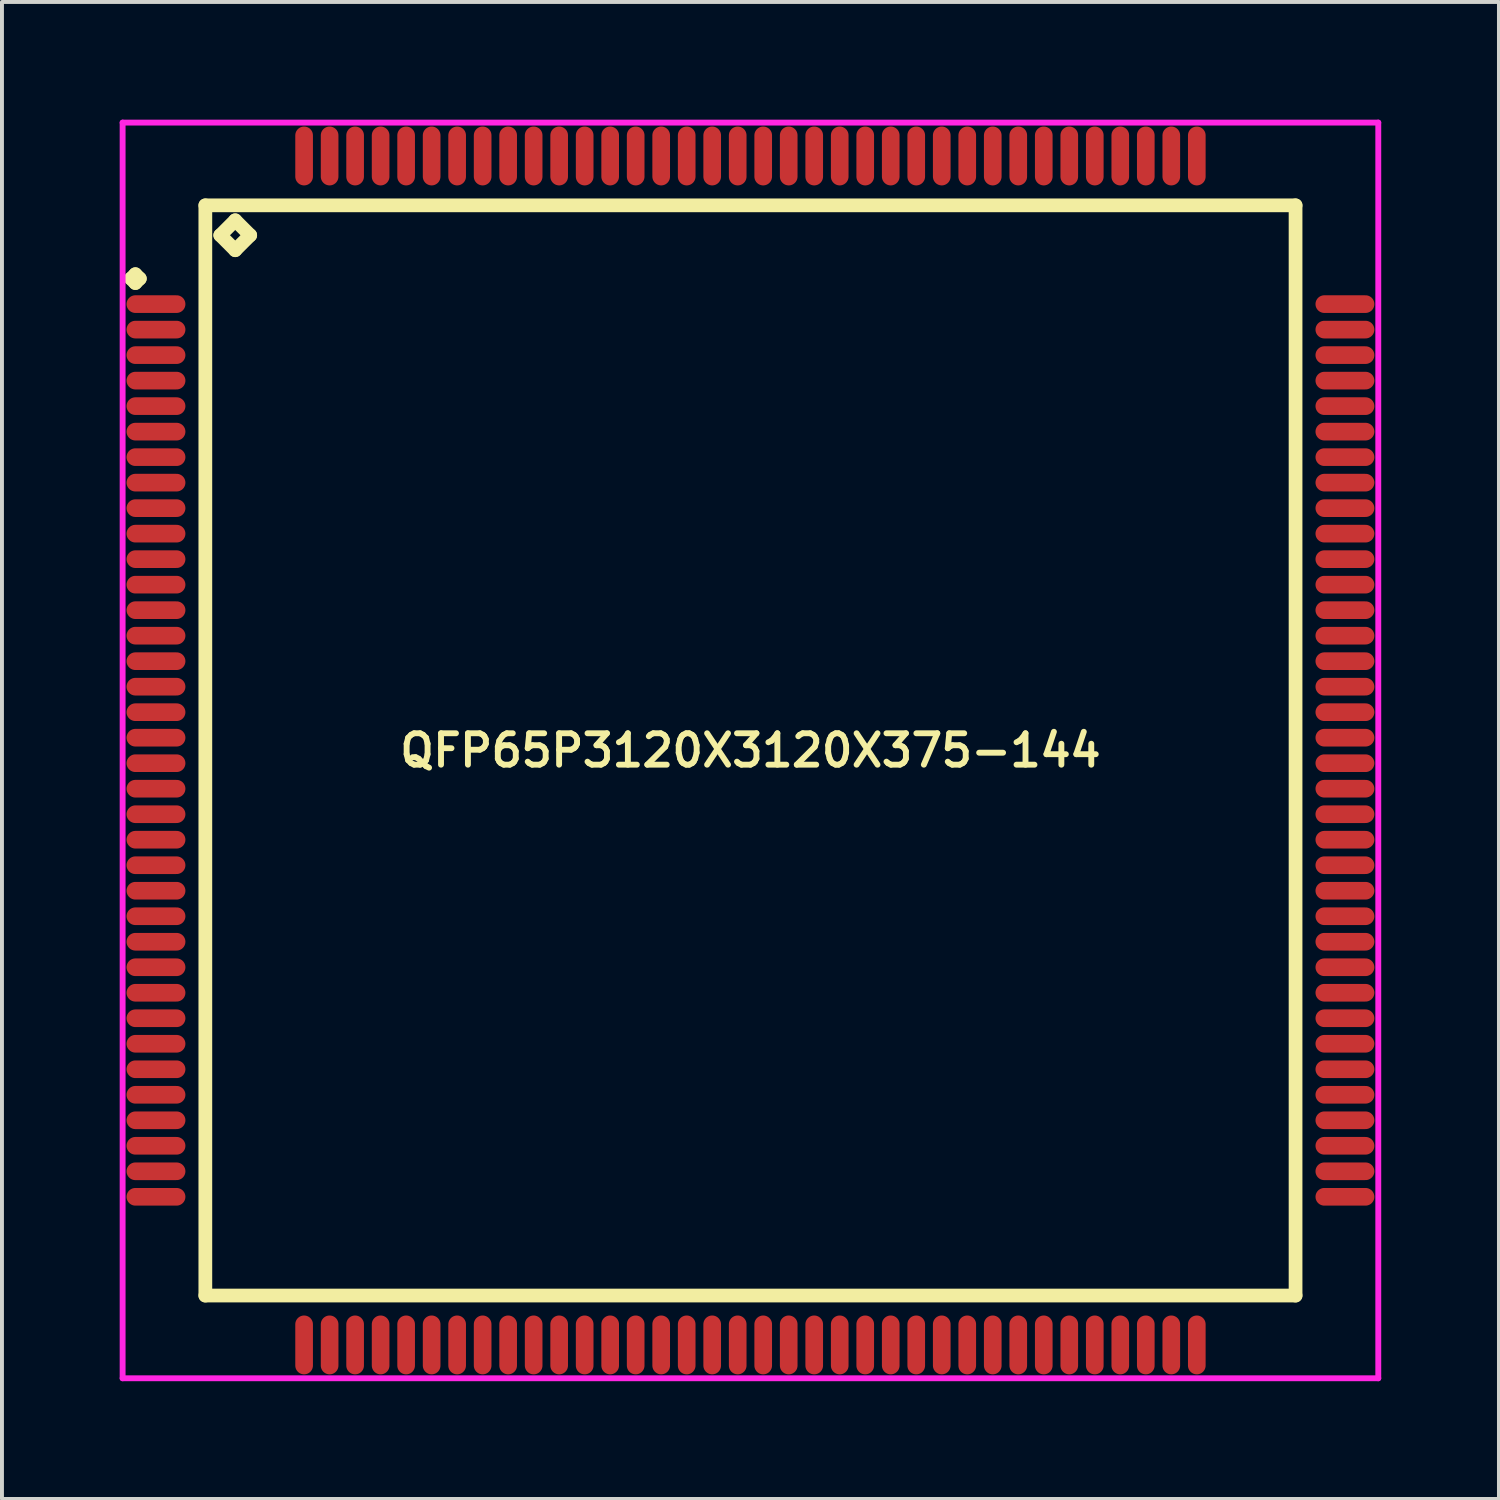
<source format=kicad_pcb>
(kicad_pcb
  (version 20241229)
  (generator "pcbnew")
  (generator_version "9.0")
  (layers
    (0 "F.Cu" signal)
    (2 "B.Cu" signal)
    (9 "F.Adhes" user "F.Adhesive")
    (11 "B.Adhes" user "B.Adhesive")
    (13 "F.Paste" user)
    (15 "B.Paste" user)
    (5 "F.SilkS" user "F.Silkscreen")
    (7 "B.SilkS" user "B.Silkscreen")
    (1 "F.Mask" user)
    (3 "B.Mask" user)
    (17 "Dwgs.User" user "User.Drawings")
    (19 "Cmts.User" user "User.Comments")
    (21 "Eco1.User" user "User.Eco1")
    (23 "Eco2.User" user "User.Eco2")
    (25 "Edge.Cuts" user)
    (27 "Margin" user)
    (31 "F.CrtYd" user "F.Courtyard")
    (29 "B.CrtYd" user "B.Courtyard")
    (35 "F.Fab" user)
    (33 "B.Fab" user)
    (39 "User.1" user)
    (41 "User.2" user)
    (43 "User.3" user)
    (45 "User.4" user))
  (footprint "QFP65P3120X3120X375-144"
    (layer "F.Cu")
    (at 16.075 16.075)
    (property "Reference" "QFP65P3120X3120X375-144" (at 0 0 0) (layer "F.SilkS") (effects (font (size 0.8 0.8) (thickness 0.15))))
    (attr smd)
    (fp_line (start -15.787 -12.025) (end -15.675 -12.137) (stroke (width 0.35) (type solid)) (layer "F.SilkS"))
    (fp_line (start -15.675 -12.137) (end -15.562 -12.025) (stroke (width 0.35) (type solid)) (layer "F.SilkS"))
    (fp_line (start -15.675 -11.912) (end -15.787 -12.025) (stroke (width 0.35) (type solid)) (layer "F.SilkS"))
    (fp_line (start -15.562 -12.025) (end -15.675 -11.912) (stroke (width 0.35) (type solid)) (layer "F.SilkS"))
    (fp_line (start -13.892 -13.892) (end -13.892 13.892) (stroke (width 0.35) (type solid)) (layer "F.SilkS"))
    (fp_line (start -13.892 13.892) (end 13.892 13.892) (stroke (width 0.35) (type solid)) (layer "F.SilkS"))
    (fp_line (start -13.511 -13.13) (end -13.13 -13.511) (stroke (width 0.35) (type solid)) (layer "F.SilkS"))
    (fp_line (start -13.13 -13.511) (end -12.749 -13.13) (stroke (width 0.35) (type solid)) (layer "F.SilkS"))
    (fp_line (start -13.13 -12.749) (end -13.511 -13.13) (stroke (width 0.35) (type solid)) (layer "F.SilkS"))
    (fp_line (start -12.749 -13.13) (end -13.13 -12.749) (stroke (width 0.35) (type solid)) (layer "F.SilkS"))
    (fp_line (start 13.892 -13.892) (end -13.892 -13.892) (stroke (width 0.35) (type solid)) (layer "F.SilkS"))
    (fp_line (start 13.892 13.892) (end 13.892 -13.892) (stroke (width 0.35) (type solid)) (layer "F.SilkS"))
    (fp_line (start -16 -16) (end 16 -16) (stroke (width 0.15) (type solid)) (layer "F.CrtYd"))
    (fp_line (start -16 16) (end -16 -16) (stroke (width 0.15) (type solid)) (layer "F.CrtYd"))
    (fp_line (start 16 -16) (end 16 16) (stroke (width 0.15) (type solid)) (layer "F.CrtYd"))
    (fp_line (start 16 16) (end -16 16) (stroke (width 0.15) (type solid)) (layer "F.CrtYd"))
    (pad "1" smd oval (at -15.15 -11.375) (size 1.5 0.45) (layers "F.Cu" "F.Mask" "F.Paste"))
    (pad "2" smd oval (at -15.15 -10.725) (size 1.5 0.45) (layers "F.Cu" "F.Mask" "F.Paste"))
    (pad "3" smd oval (at -15.15 -10.075) (size 1.5 0.45) (layers "F.Cu" "F.Mask" "F.Paste"))
    (pad "4" smd oval (at -15.15 -9.425) (size 1.5 0.45) (layers "F.Cu" "F.Mask" "F.Paste"))
    (pad "5" smd oval (at -15.15 -8.775) (size 1.5 0.45) (layers "F.Cu" "F.Mask" "F.Paste"))
    (pad "6" smd oval (at -15.15 -8.125) (size 1.5 0.45) (layers "F.Cu" "F.Mask" "F.Paste"))
    (pad "7" smd oval (at -15.15 -7.475) (size 1.5 0.45) (layers "F.Cu" "F.Mask" "F.Paste"))
    (pad "8" smd oval (at -15.15 -6.825) (size 1.5 0.45) (layers "F.Cu" "F.Mask" "F.Paste"))
    (pad "9" smd oval (at -15.15 -6.175) (size 1.5 0.45) (layers "F.Cu" "F.Mask" "F.Paste"))
    (pad "10" smd oval (at -15.15 -5.525) (size 1.5 0.45) (layers "F.Cu" "F.Mask" "F.Paste"))
    (pad "11" smd oval (at -15.15 -4.875) (size 1.5 0.45) (layers "F.Cu" "F.Mask" "F.Paste"))
    (pad "12" smd oval (at -15.15 -4.225) (size 1.5 0.45) (layers "F.Cu" "F.Mask" "F.Paste"))
    (pad "13" smd oval (at -15.15 -3.575) (size 1.5 0.45) (layers "F.Cu" "F.Mask" "F.Paste"))
    (pad "14" smd oval (at -15.15 -2.925) (size 1.5 0.45) (layers "F.Cu" "F.Mask" "F.Paste"))
    (pad "15" smd oval (at -15.15 -2.275) (size 1.5 0.45) (layers "F.Cu" "F.Mask" "F.Paste"))
    (pad "16" smd oval (at -15.15 -1.625) (size 1.5 0.45) (layers "F.Cu" "F.Mask" "F.Paste"))
    (pad "17" smd oval (at -15.15 -0.975) (size 1.5 0.45) (layers "F.Cu" "F.Mask" "F.Paste"))
    (pad "18" smd oval (at -15.15 -0.325) (size 1.5 0.45) (layers "F.Cu" "F.Mask" "F.Paste"))
    (pad "19" smd oval (at -15.15 0.325) (size 1.5 0.45) (layers "F.Cu" "F.Mask" "F.Paste"))
    (pad "20" smd oval (at -15.15 0.975) (size 1.5 0.45) (layers "F.Cu" "F.Mask" "F.Paste"))
    (pad "21" smd oval (at -15.15 1.625) (size 1.5 0.45) (layers "F.Cu" "F.Mask" "F.Paste"))
    (pad "22" smd oval (at -15.15 2.275) (size 1.5 0.45) (layers "F.Cu" "F.Mask" "F.Paste"))
    (pad "23" smd oval (at -15.15 2.925) (size 1.5 0.45) (layers "F.Cu" "F.Mask" "F.Paste"))
    (pad "24" smd oval (at -15.15 3.575) (size 1.5 0.45) (layers "F.Cu" "F.Mask" "F.Paste"))
    (pad "25" smd oval (at -15.15 4.225) (size 1.5 0.45) (layers "F.Cu" "F.Mask" "F.Paste"))
    (pad "26" smd oval (at -15.15 4.875) (size 1.5 0.45) (layers "F.Cu" "F.Mask" "F.Paste"))
    (pad "27" smd oval (at -15.15 5.525) (size 1.5 0.45) (layers "F.Cu" "F.Mask" "F.Paste"))
    (pad "28" smd oval (at -15.15 6.175) (size 1.5 0.45) (layers "F.Cu" "F.Mask" "F.Paste"))
    (pad "29" smd oval (at -15.15 6.825) (size 1.5 0.45) (layers "F.Cu" "F.Mask" "F.Paste"))
    (pad "30" smd oval (at -15.15 7.475) (size 1.5 0.45) (layers "F.Cu" "F.Mask" "F.Paste"))
    (pad "31" smd oval (at -15.15 8.125) (size 1.5 0.45) (layers "F.Cu" "F.Mask" "F.Paste"))
    (pad "32" smd oval (at -15.15 8.775) (size 1.5 0.45) (layers "F.Cu" "F.Mask" "F.Paste"))
    (pad "33" smd oval (at -15.15 9.425) (size 1.5 0.45) (layers "F.Cu" "F.Mask" "F.Paste"))
    (pad "34" smd oval (at -15.15 10.075) (size 1.5 0.45) (layers "F.Cu" "F.Mask" "F.Paste"))
    (pad "35" smd oval (at -15.15 10.725) (size 1.5 0.45) (layers "F.Cu" "F.Mask" "F.Paste"))
    (pad "36" smd oval (at -15.15 11.375) (size 1.5 0.45) (layers "F.Cu" "F.Mask" "F.Paste"))
    (pad "37" smd oval (at -11.375 15.15) (size 0.45 1.5) (layers "F.Cu" "F.Mask" "F.Paste"))
    (pad "38" smd oval (at -10.725 15.15) (size 0.45 1.5) (layers "F.Cu" "F.Mask" "F.Paste"))
    (pad "39" smd oval (at -10.075 15.15) (size 0.45 1.5) (layers "F.Cu" "F.Mask" "F.Paste"))
    (pad "40" smd oval (at -9.425 15.15) (size 0.45 1.5) (layers "F.Cu" "F.Mask" "F.Paste"))
    (pad "41" smd oval (at -8.775 15.15) (size 0.45 1.5) (layers "F.Cu" "F.Mask" "F.Paste"))
    (pad "42" smd oval (at -8.125 15.15) (size 0.45 1.5) (layers "F.Cu" "F.Mask" "F.Paste"))
    (pad "43" smd oval (at -7.475 15.15) (size 0.45 1.5) (layers "F.Cu" "F.Mask" "F.Paste"))
    (pad "44" smd oval (at -6.825 15.15) (size 0.45 1.5) (layers "F.Cu" "F.Mask" "F.Paste"))
    (pad "45" smd oval (at -6.175 15.15) (size 0.45 1.5) (layers "F.Cu" "F.Mask" "F.Paste"))
    (pad "46" smd oval (at -5.525 15.15) (size 0.45 1.5) (layers "F.Cu" "F.Mask" "F.Paste"))
    (pad "47" smd oval (at -4.875 15.15) (size 0.45 1.5) (layers "F.Cu" "F.Mask" "F.Paste"))
    (pad "48" smd oval (at -4.225 15.15) (size 0.45 1.5) (layers "F.Cu" "F.Mask" "F.Paste"))
    (pad "49" smd oval (at -3.575 15.15) (size 0.45 1.5) (layers "F.Cu" "F.Mask" "F.Paste"))
    (pad "50" smd oval (at -2.925 15.15) (size 0.45 1.5) (layers "F.Cu" "F.Mask" "F.Paste"))
    (pad "51" smd oval (at -2.275 15.15) (size 0.45 1.5) (layers "F.Cu" "F.Mask" "F.Paste"))
    (pad "52" smd oval (at -1.625 15.15) (size 0.45 1.5) (layers "F.Cu" "F.Mask" "F.Paste"))
    (pad "53" smd oval (at -0.975 15.15) (size 0.45 1.5) (layers "F.Cu" "F.Mask" "F.Paste"))
    (pad "54" smd oval (at -0.325 15.15) (size 0.45 1.5) (layers "F.Cu" "F.Mask" "F.Paste"))
    (pad "55" smd oval (at 0.325 15.15) (size 0.45 1.5) (layers "F.Cu" "F.Mask" "F.Paste"))
    (pad "56" smd oval (at 0.975 15.15) (size 0.45 1.5) (layers "F.Cu" "F.Mask" "F.Paste"))
    (pad "57" smd oval (at 1.625 15.15) (size 0.45 1.5) (layers "F.Cu" "F.Mask" "F.Paste"))
    (pad "58" smd oval (at 2.275 15.15) (size 0.45 1.5) (layers "F.Cu" "F.Mask" "F.Paste"))
    (pad "59" smd oval (at 2.925 15.15) (size 0.45 1.5) (layers "F.Cu" "F.Mask" "F.Paste"))
    (pad "60" smd oval (at 3.575 15.15) (size 0.45 1.5) (layers "F.Cu" "F.Mask" "F.Paste"))
    (pad "61" smd oval (at 4.225 15.15) (size 0.45 1.5) (layers "F.Cu" "F.Mask" "F.Paste"))
    (pad "62" smd oval (at 4.875 15.15) (size 0.45 1.5) (layers "F.Cu" "F.Mask" "F.Paste"))
    (pad "63" smd oval (at 5.525 15.15) (size 0.45 1.5) (layers "F.Cu" "F.Mask" "F.Paste"))
    (pad "64" smd oval (at 6.175 15.15) (size 0.45 1.5) (layers "F.Cu" "F.Mask" "F.Paste"))
    (pad "65" smd oval (at 6.825 15.15) (size 0.45 1.5) (layers "F.Cu" "F.Mask" "F.Paste"))
    (pad "66" smd oval (at 7.475 15.15) (size 0.45 1.5) (layers "F.Cu" "F.Mask" "F.Paste"))
    (pad "67" smd oval (at 8.125 15.15) (size 0.45 1.5) (layers "F.Cu" "F.Mask" "F.Paste"))
    (pad "68" smd oval (at 8.775 15.15) (size 0.45 1.5) (layers "F.Cu" "F.Mask" "F.Paste"))
    (pad "69" smd oval (at 9.425 15.15) (size 0.45 1.5) (layers "F.Cu" "F.Mask" "F.Paste"))
    (pad "70" smd oval (at 10.075 15.15) (size 0.45 1.5) (layers "F.Cu" "F.Mask" "F.Paste"))
    (pad "71" smd oval (at 10.725 15.15) (size 0.45 1.5) (layers "F.Cu" "F.Mask" "F.Paste"))
    (pad "72" smd oval (at 11.375 15.15) (size 0.45 1.5) (layers "F.Cu" "F.Mask" "F.Paste"))
    (pad "73" smd oval (at 15.15 11.375) (size 1.5 0.45) (layers "F.Cu" "F.Mask" "F.Paste"))
    (pad "74" smd oval (at 15.15 10.725) (size 1.5 0.45) (layers "F.Cu" "F.Mask" "F.Paste"))
    (pad "75" smd oval (at 15.15 10.075) (size 1.5 0.45) (layers "F.Cu" "F.Mask" "F.Paste"))
    (pad "76" smd oval (at 15.15 9.425) (size 1.5 0.45) (layers "F.Cu" "F.Mask" "F.Paste"))
    (pad "77" smd oval (at 15.15 8.775) (size 1.5 0.45) (layers "F.Cu" "F.Mask" "F.Paste"))
    (pad "78" smd oval (at 15.15 8.125) (size 1.5 0.45) (layers "F.Cu" "F.Mask" "F.Paste"))
    (pad "79" smd oval (at 15.15 7.475) (size 1.5 0.45) (layers "F.Cu" "F.Mask" "F.Paste"))
    (pad "80" smd oval (at 15.15 6.825) (size 1.5 0.45) (layers "F.Cu" "F.Mask" "F.Paste"))
    (pad "81" smd oval (at 15.15 6.175) (size 1.5 0.45) (layers "F.Cu" "F.Mask" "F.Paste"))
    (pad "82" smd oval (at 15.15 5.525) (size 1.5 0.45) (layers "F.Cu" "F.Mask" "F.Paste"))
    (pad "83" smd oval (at 15.15 4.875) (size 1.5 0.45) (layers "F.Cu" "F.Mask" "F.Paste"))
    (pad "84" smd oval (at 15.15 4.225) (size 1.5 0.45) (layers "F.Cu" "F.Mask" "F.Paste"))
    (pad "85" smd oval (at 15.15 3.575) (size 1.5 0.45) (layers "F.Cu" "F.Mask" "F.Paste"))
    (pad "86" smd oval (at 15.15 2.925) (size 1.5 0.45) (layers "F.Cu" "F.Mask" "F.Paste"))
    (pad "87" smd oval (at 15.15 2.275) (size 1.5 0.45) (layers "F.Cu" "F.Mask" "F.Paste"))
    (pad "88" smd oval (at 15.15 1.625) (size 1.5 0.45) (layers "F.Cu" "F.Mask" "F.Paste"))
    (pad "89" smd oval (at 15.15 0.975) (size 1.5 0.45) (layers "F.Cu" "F.Mask" "F.Paste"))
    (pad "90" smd oval (at 15.15 0.325) (size 1.5 0.45) (layers "F.Cu" "F.Mask" "F.Paste"))
    (pad "91" smd oval (at 15.15 -0.325) (size 1.5 0.45) (layers "F.Cu" "F.Mask" "F.Paste"))
    (pad "92" smd oval (at 15.15 -0.975) (size 1.5 0.45) (layers "F.Cu" "F.Mask" "F.Paste"))
    (pad "93" smd oval (at 15.15 -1.625) (size 1.5 0.45) (layers "F.Cu" "F.Mask" "F.Paste"))
    (pad "94" smd oval (at 15.15 -2.275) (size 1.5 0.45) (layers "F.Cu" "F.Mask" "F.Paste"))
    (pad "95" smd oval (at 15.15 -2.925) (size 1.5 0.45) (layers "F.Cu" "F.Mask" "F.Paste"))
    (pad "96" smd oval (at 15.15 -3.575) (size 1.5 0.45) (layers "F.Cu" "F.Mask" "F.Paste"))
    (pad "97" smd oval (at 15.15 -4.225) (size 1.5 0.45) (layers "F.Cu" "F.Mask" "F.Paste"))
    (pad "98" smd oval (at 15.15 -4.875) (size 1.5 0.45) (layers "F.Cu" "F.Mask" "F.Paste"))
    (pad "99" smd oval (at 15.15 -5.525) (size 1.5 0.45) (layers "F.Cu" "F.Mask" "F.Paste"))
    (pad "100" smd oval (at 15.15 -6.175) (size 1.5 0.45) (layers "F.Cu" "F.Mask" "F.Paste"))
    (pad "101" smd oval (at 15.15 -6.825) (size 1.5 0.45) (layers "F.Cu" "F.Mask" "F.Paste"))
    (pad "102" smd oval (at 15.15 -7.475) (size 1.5 0.45) (layers "F.Cu" "F.Mask" "F.Paste"))
    (pad "103" smd oval (at 15.15 -8.125) (size 1.5 0.45) (layers "F.Cu" "F.Mask" "F.Paste"))
    (pad "104" smd oval (at 15.15 -8.775) (size 1.5 0.45) (layers "F.Cu" "F.Mask" "F.Paste"))
    (pad "105" smd oval (at 15.15 -9.425) (size 1.5 0.45) (layers "F.Cu" "F.Mask" "F.Paste"))
    (pad "106" smd oval (at 15.15 -10.075) (size 1.5 0.45) (layers "F.Cu" "F.Mask" "F.Paste"))
    (pad "107" smd oval (at 15.15 -10.725) (size 1.5 0.45) (layers "F.Cu" "F.Mask" "F.Paste"))
    (pad "108" smd oval (at 15.15 -11.375) (size 1.5 0.45) (layers "F.Cu" "F.Mask" "F.Paste"))
    (pad "109" smd oval (at 11.375 -15.15) (size 0.45 1.5) (layers "F.Cu" "F.Mask" "F.Paste"))
    (pad "110" smd oval (at 10.725 -15.15) (size 0.45 1.5) (layers "F.Cu" "F.Mask" "F.Paste"))
    (pad "111" smd oval (at 10.075 -15.15) (size 0.45 1.5) (layers "F.Cu" "F.Mask" "F.Paste"))
    (pad "112" smd oval (at 9.425 -15.15) (size 0.45 1.5) (layers "F.Cu" "F.Mask" "F.Paste"))
    (pad "113" smd oval (at 8.775 -15.15) (size 0.45 1.5) (layers "F.Cu" "F.Mask" "F.Paste"))
    (pad "114" smd oval (at 8.125 -15.15) (size 0.45 1.5) (layers "F.Cu" "F.Mask" "F.Paste"))
    (pad "115" smd oval (at 7.475 -15.15) (size 0.45 1.5) (layers "F.Cu" "F.Mask" "F.Paste"))
    (pad "116" smd oval (at 6.825 -15.15) (size 0.45 1.5) (layers "F.Cu" "F.Mask" "F.Paste"))
    (pad "117" smd oval (at 6.175 -15.15) (size 0.45 1.5) (layers "F.Cu" "F.Mask" "F.Paste"))
    (pad "118" smd oval (at 5.525 -15.15) (size 0.45 1.5) (layers "F.Cu" "F.Mask" "F.Paste"))
    (pad "119" smd oval (at 4.875 -15.15) (size 0.45 1.5) (layers "F.Cu" "F.Mask" "F.Paste"))
    (pad "120" smd oval (at 4.225 -15.15) (size 0.45 1.5) (layers "F.Cu" "F.Mask" "F.Paste"))
    (pad "121" smd oval (at 3.575 -15.15) (size 0.45 1.5) (layers "F.Cu" "F.Mask" "F.Paste"))
    (pad "122" smd oval (at 2.925 -15.15) (size 0.45 1.5) (layers "F.Cu" "F.Mask" "F.Paste"))
    (pad "123" smd oval (at 2.275 -15.15) (size 0.45 1.5) (layers "F.Cu" "F.Mask" "F.Paste"))
    (pad "124" smd oval (at 1.625 -15.15) (size 0.45 1.5) (layers "F.Cu" "F.Mask" "F.Paste"))
    (pad "125" smd oval (at 0.975 -15.15) (size 0.45 1.5) (layers "F.Cu" "F.Mask" "F.Paste"))
    (pad "126" smd oval (at 0.325 -15.15) (size 0.45 1.5) (layers "F.Cu" "F.Mask" "F.Paste"))
    (pad "127" smd oval (at -0.325 -15.15) (size 0.45 1.5) (layers "F.Cu" "F.Mask" "F.Paste"))
    (pad "128" smd oval (at -0.975 -15.15) (size 0.45 1.5) (layers "F.Cu" "F.Mask" "F.Paste"))
    (pad "129" smd oval (at -1.625 -15.15) (size 0.45 1.5) (layers "F.Cu" "F.Mask" "F.Paste"))
    (pad "130" smd oval (at -2.275 -15.15) (size 0.45 1.5) (layers "F.Cu" "F.Mask" "F.Paste"))
    (pad "131" smd oval (at -2.925 -15.15) (size 0.45 1.5) (layers "F.Cu" "F.Mask" "F.Paste"))
    (pad "132" smd oval (at -3.575 -15.15) (size 0.45 1.5) (layers "F.Cu" "F.Mask" "F.Paste"))
    (pad "133" smd oval (at -4.225 -15.15) (size 0.45 1.5) (layers "F.Cu" "F.Mask" "F.Paste"))
    (pad "134" smd oval (at -4.875 -15.15) (size 0.45 1.5) (layers "F.Cu" "F.Mask" "F.Paste"))
    (pad "135" smd oval (at -5.525 -15.15) (size 0.45 1.5) (layers "F.Cu" "F.Mask" "F.Paste"))
    (pad "136" smd oval (at -6.175 -15.15) (size 0.45 1.5) (layers "F.Cu" "F.Mask" "F.Paste"))
    (pad "137" smd oval (at -6.825 -15.15) (size 0.45 1.5) (layers "F.Cu" "F.Mask" "F.Paste"))
    (pad "138" smd oval (at -7.475 -15.15) (size 0.45 1.5) (layers "F.Cu" "F.Mask" "F.Paste"))
    (pad "139" smd oval (at -8.125 -15.15) (size 0.45 1.5) (layers "F.Cu" "F.Mask" "F.Paste"))
    (pad "140" smd oval (at -8.775 -15.15) (size 0.45 1.5) (layers "F.Cu" "F.Mask" "F.Paste"))
    (pad "141" smd oval (at -9.425 -15.15) (size 0.45 1.5) (layers "F.Cu" "F.Mask" "F.Paste"))
    (pad "142" smd oval (at -10.075 -15.15) (size 0.45 1.5) (layers "F.Cu" "F.Mask" "F.Paste"))
    (pad "143" smd oval (at -10.725 -15.15) (size 0.45 1.5) (layers "F.Cu" "F.Mask" "F.Paste"))
    (pad "144" smd oval (at -11.375 -15.15) (size 0.45 1.5) (layers "F.Cu" "F.Mask" "F.Paste")))
  (gr_rect
    (start -3 -3)
    (end 35.15 35.15)
    (stroke (width 0.1) (type default))
    (fill no)
    (layer "Edge.Cuts")))
</source>
